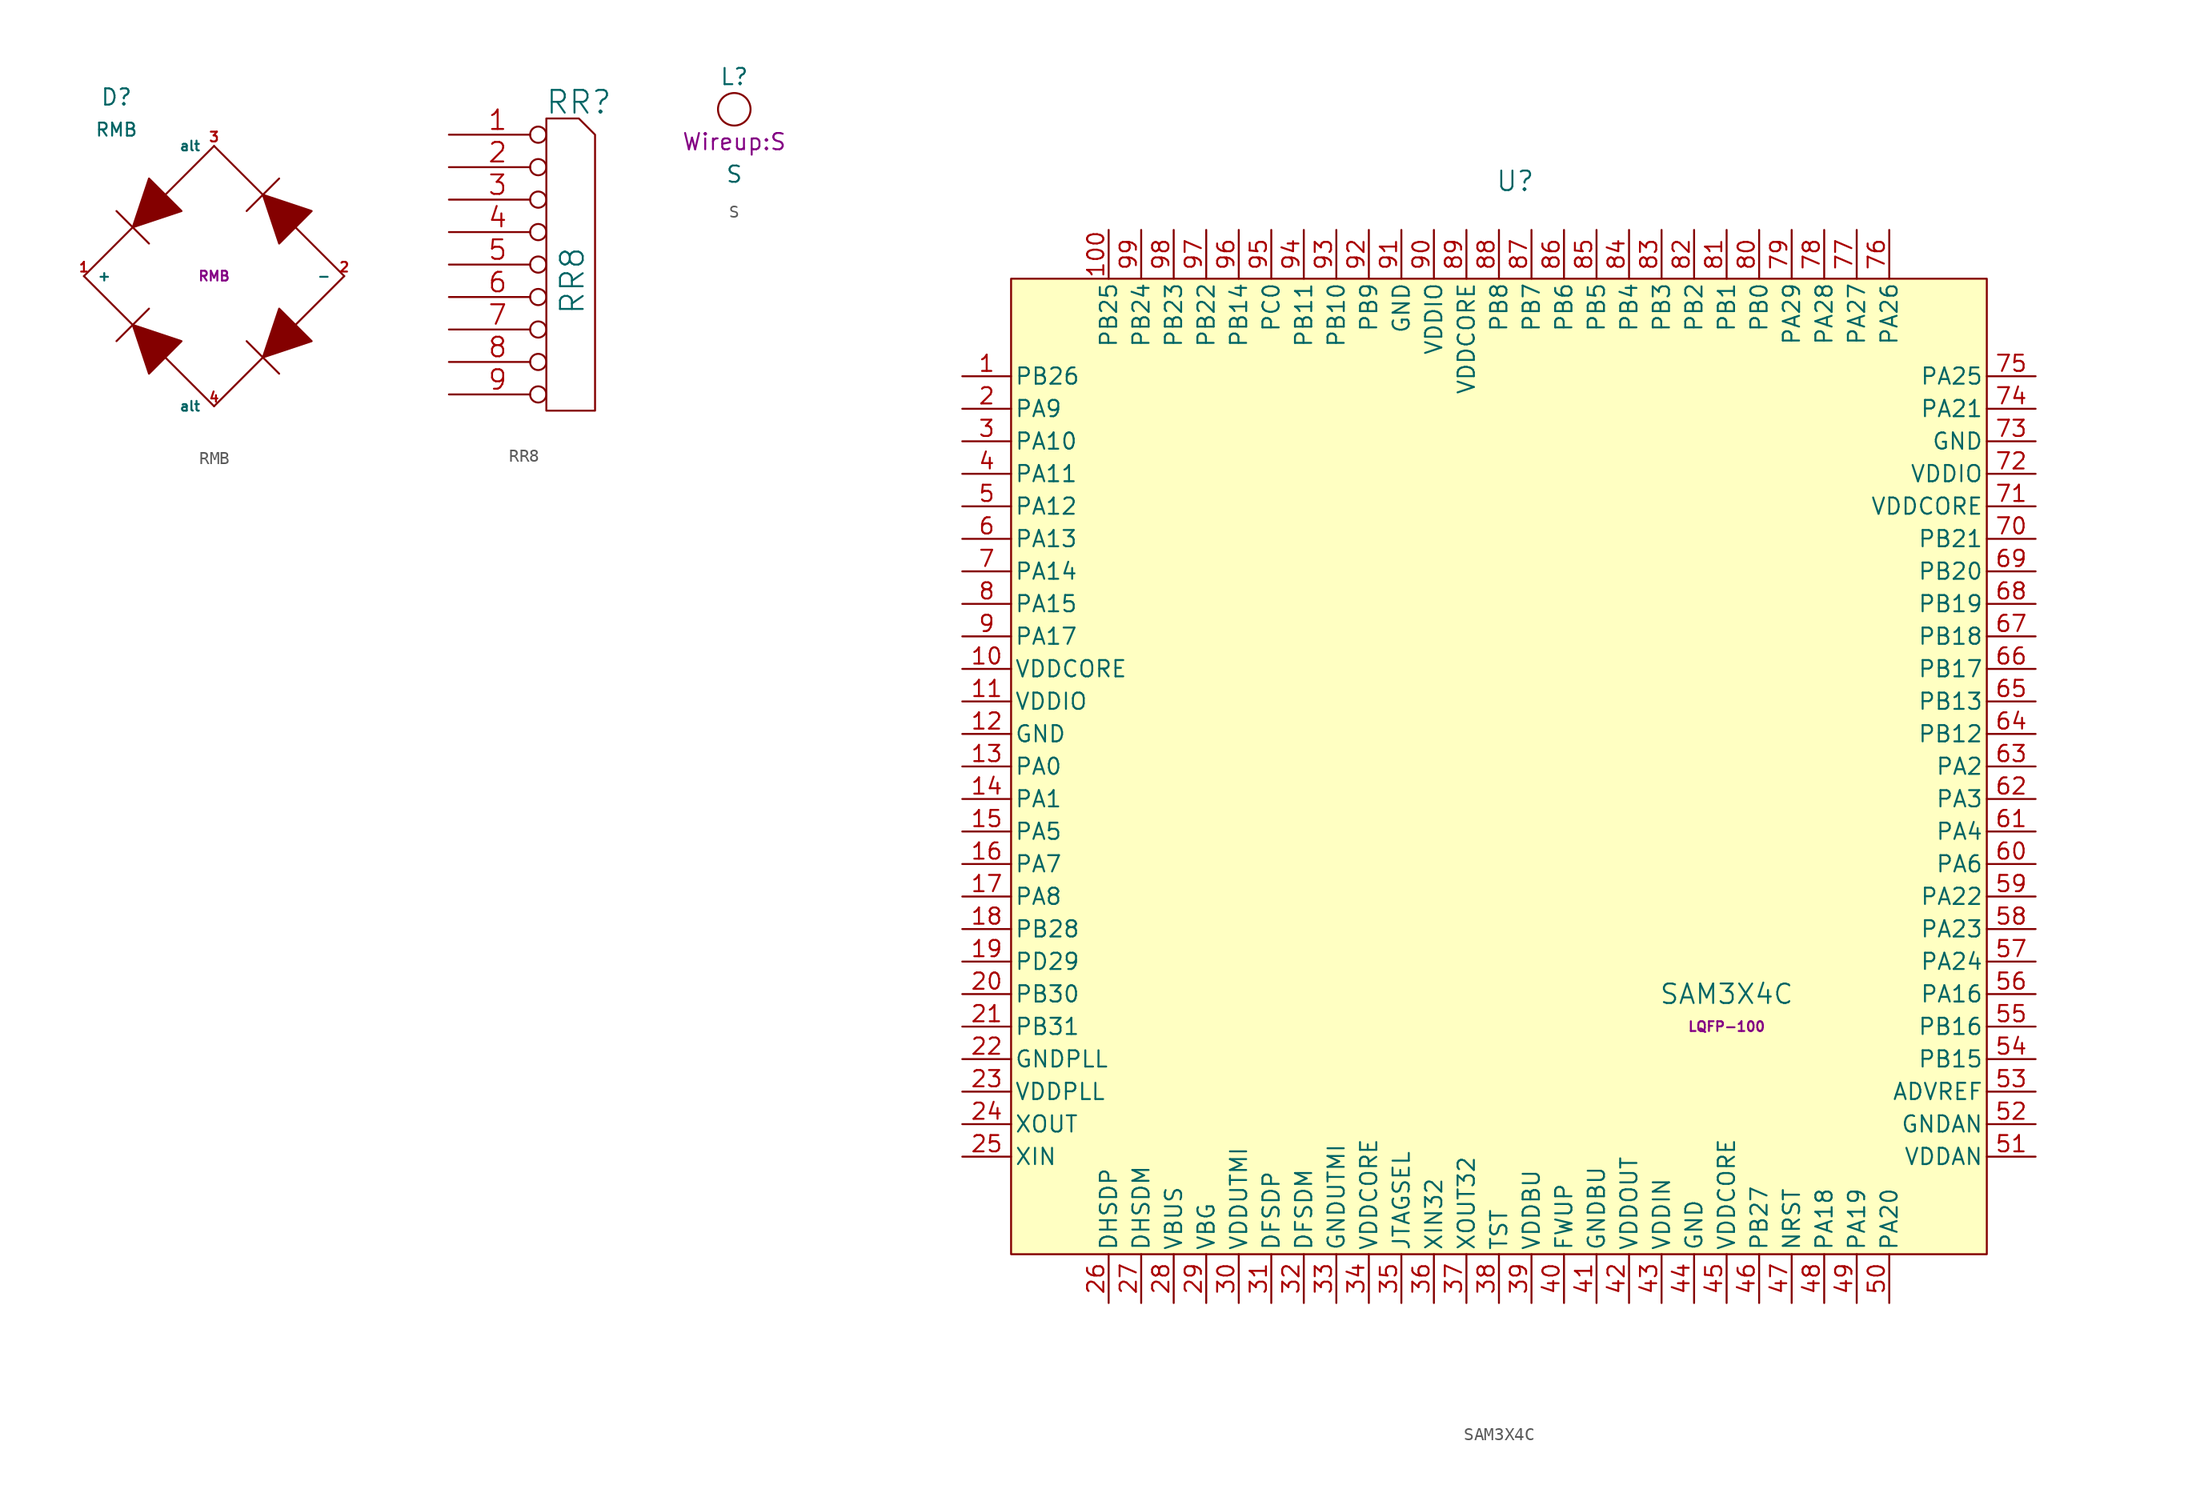
<source format=kicad_sym>
(kicad_symbol_lib
  (version 20220914)
  (generator kicad_symbol_editor)
  (symbol "RMB"
    (pin_names
      (offset 1.016))
    (property "Reference" "D"
      (at -7.62 13.97 0)
      (effects (font (size 1.27 1.27))))
    (property "Value" "RMB"
      (at -7.62 11.43 0)
      (effects (font (size 1.016 1.016))))
    (property "Footprint" "RMB"
      (at 0 0 0)
      (effects (font (size 0.762 0.762))))
    (property "Datasheet" ""
      (at -5.08 7.62 90)
      (effects (font (size 1.524 1.524))))
    (symbol "RMB_0_1"
      (polyline (pts (xy -5.08 -2.54) (xy -7.62 -5.08)) (stroke (width 0) (type default)) (fill (type none)))
      (polyline (pts (xy -5.08 2.54) (xy -7.62 5.08)) (stroke (width 0) (type default)) (fill (type none)))
      (polyline (pts (xy 5.08 -7.62) (xy 2.54 -5.08)) (stroke (width 0) (type default)) (fill (type none)))
      (polyline (pts (xy 5.08 7.62) (xy 2.54 5.08)) (stroke (width 0) (type default)) (fill (type none)))
      (polyline (pts (xy -5.08 -7.62) (xy -2.54 -5.08) (xy -6.35 -3.81) (xy -5.08 -7.62)) (stroke (width 0) (type default)) (fill (type outline)))
      (polyline (pts (xy -2.54 5.08) (xy -5.08 7.62) (xy -6.35 3.81) (xy -2.54 5.08)) (stroke (width 0) (type default)) (fill (type outline)))
      (polyline (pts (xy 5.08 -2.54) (xy 7.62 -5.08) (xy 3.81 -6.35) (xy 5.08 -2.54)) (stroke (width 0) (type default)) (fill (type outline)))
      (polyline (pts (xy 7.62 5.08) (xy 5.08 2.54) (xy 3.81 6.35) (xy 7.62 5.08)) (stroke (width 0) (type default)) (fill (type outline)))
      (polyline (pts (xy 0 -10.16) (xy -10.16 0) (xy 0 10.16) (xy 10.16 0) (xy 0 -10.16)) (stroke (width 0) (type default)) (fill (type none))))
    (symbol "RMB_1_1"
      (pin passive line (at -10.16 0 0) (length 0) (name "+" (effects (font (size 0.762 0.762)))) (number "1" (effects (font (size 0.762 0.762)))))
      (pin passive line (at 10.16 0 180) (length 0) (name "-" (effects (font (size 0.762 0.762)))) (number "2" (effects (font (size 0.762 0.762)))))
      (pin passive line (at 0 10.16 180) (length 0) (name "alt" (effects (font (size 0.762 0.762)))) (number "3" (effects (font (size 0.762 0.762)))))
      (pin passive line (at 0 -10.16 180) (length 0) (name "alt" (effects (font (size 0.762 0.762)))) (number "4" (effects (font (size 0.762 0.762)))))))
  (symbol "RR8"
    (pin_names
      (offset 1.016) hide)
    (property "Reference" "RR"
      (at 1.27 13.97 0)
      (effects (font (size 1.778 1.778))))
    (property "Value" "RR8"
      (at 0.762 0 90)
      (effects (font (size 1.778 1.778))))
    (property "Footprint" ""
      (at 0 0 0)
      (effects (font (size 1.524 1.524))))
    (property "Datasheet" ""
      (at 0 0 0)
      (effects (font (size 1.524 1.524))))
    (symbol "RR8_0_1"
      (polyline (pts (xy -1.27 -10.16) (xy -1.27 12.7) (xy 1.27 12.7) (xy 2.54 11.43) (xy 2.54 -10.16) (xy -1.27 -10.16)) (stroke (width 0) (type default)) (fill (type none))))
    (symbol "RR8_1_1"
      (pin passive inverted (at -8.89 11.43 0) (length 7.62) (name "COM" (effects (font (size 1.524 1.524)))) (number "1" (effects (font (size 1.524 1.524)))))
      (pin passive inverted (at -8.89 8.89 0) (length 7.62) (name "2" (effects (font (size 1.524 1.524)))) (number "2" (effects (font (size 1.524 1.524)))))
      (pin passive inverted (at -8.89 6.35 0) (length 7.62) (name "3" (effects (font (size 1.524 1.524)))) (number "3" (effects (font (size 1.524 1.524)))))
      (pin passive inverted (at -8.89 3.81 0) (length 7.62) (name "4" (effects (font (size 1.524 1.524)))) (number "4" (effects (font (size 1.524 1.524)))))
      (pin passive inverted (at -8.89 1.27 0) (length 7.62) (name "5" (effects (font (size 1.524 1.524)))) (number "5" (effects (font (size 1.524 1.524)))))
      (pin passive inverted (at -8.89 -1.27 0) (length 7.62) (name "6" (effects (font (size 1.524 1.524)))) (number "6" (effects (font (size 1.524 1.524)))))
      (pin passive inverted (at -8.89 -3.81 0) (length 7.62) (name "7" (effects (font (size 1.524 1.524)))) (number "7" (effects (font (size 1.524 1.524)))))
      (pin passive inverted (at -8.89 -6.35 0) (length 7.62) (name "8" (effects (font (size 1.524 1.524)))) (number "8" (effects (font (size 1.524 1.524)))))
      (pin passive inverted (at -8.89 -8.89 0) (length 7.62) (name "9" (effects (font (size 1.524 1.524)))) (number "9" (effects (font (size 1.524 1.524)))))))
  (symbol "S"
    (property "Reference" "L"
      (at 0 2.54 0)
      (effects (font (size 1.27 1.27))))
    (property "Value" "S"
      (at 0 -5.08 0)
      (effects (font (size 1.27 1.27))))
    (property "Footprint" "Wireup:S"
      (at 0 -2.54 0)
      (effects (font (size 1.27 1.27))))
    (symbol "S_0_1"
      (circle (center 0 0) (radius 1.27) (stroke (width 0) (type default)) (fill (type none)))))
  (symbol "SAM3X4C"
    (pin_names
      (offset 0.254))
    (property "Reference" "U"
      (at 1.27 45.72 0)
      (effects (font (size 1.524 1.524))))
    (property "Value" "SAM3X4C"
      (at 17.78 -17.78 0)
      (effects (font (size 1.524 1.524))))
    (property "Footprint" "LQFP-100"
      (at 17.78 -20.32 0)
      (effects (font (size 0.762 0.762))))
    (property "Datasheet" ""
      (at 0 0 0)
      (effects (font (size 1.524 1.524))))
    (symbol "SAM3X4C_0_1"
      (rectangle (start -38.1 38.1) (end 38.1 -38.1) (stroke (width 0) (type default)) (fill (type background))))
    (symbol "SAM3X4C_1_1"
      (pin input line (at -41.91 30.48 0) (length 3.81) (name "PB26" (effects (font (size 1.27 1.27)))) (number "1" (effects (font (size 1.27 1.27)))))
      (pin input line (at -41.91 7.62 0) (length 3.81) (name "VDDCORE" (effects (font (size 1.27 1.27)))) (number "10" (effects (font (size 1.27 1.27)))))
      (pin input line (at -30.48 41.91 270) (length 3.81) (name "PB25" (effects (font (size 1.27 1.27)))) (number "100" (effects (font (size 1.27 1.27)))))
      (pin input line (at -41.91 5.08 0) (length 3.81) (name "VDDIO" (effects (font (size 1.27 1.27)))) (number "11" (effects (font (size 1.27 1.27)))))
      (pin input line (at -41.91 2.54 0) (length 3.81) (name "GND" (effects (font (size 1.27 1.27)))) (number "12" (effects (font (size 1.27 1.27)))))
      (pin input line (at -41.91 0 0) (length 3.81) (name "PA0" (effects (font (size 1.27 1.27)))) (number "13" (effects (font (size 1.27 1.27)))))
      (pin input line (at -41.91 -2.54 0) (length 3.81) (name "PA1" (effects (font (size 1.27 1.27)))) (number "14" (effects (font (size 1.27 1.27)))))
      (pin input line (at -41.91 -5.08 0) (length 3.81) (name "PA5" (effects (font (size 1.27 1.27)))) (number "15" (effects (font (size 1.27 1.27)))))
      (pin input line (at -41.91 -7.62 0) (length 3.81) (name "PA7" (effects (font (size 1.27 1.27)))) (number "16" (effects (font (size 1.27 1.27)))))
      (pin input line (at -41.91 -10.16 0) (length 3.81) (name "PA8" (effects (font (size 1.27 1.27)))) (number "17" (effects (font (size 1.27 1.27)))))
      (pin input line (at -41.91 -12.7 0) (length 3.81) (name "PB28" (effects (font (size 1.27 1.27)))) (number "18" (effects (font (size 1.27 1.27)))))
      (pin input line (at -41.91 -15.24 0) (length 3.81) (name "PD29" (effects (font (size 1.27 1.27)))) (number "19" (effects (font (size 1.27 1.27)))))
      (pin input line (at -41.91 27.94 0) (length 3.81) (name "PA9" (effects (font (size 1.27 1.27)))) (number "2" (effects (font (size 1.27 1.27)))))
      (pin input line (at -41.91 -17.78 0) (length 3.81) (name "PB30" (effects (font (size 1.27 1.27)))) (number "20" (effects (font (size 1.27 1.27)))))
      (pin input line (at -41.91 -20.32 0) (length 3.81) (name "PB31" (effects (font (size 1.27 1.27)))) (number "21" (effects (font (size 1.27 1.27)))))
      (pin input line (at -41.91 -22.86 0) (length 3.81) (name "GNDPLL" (effects (font (size 1.27 1.27)))) (number "22" (effects (font (size 1.27 1.27)))))
      (pin input line (at -41.91 -25.4 0) (length 3.81) (name "VDDPLL" (effects (font (size 1.27 1.27)))) (number "23" (effects (font (size 1.27 1.27)))))
      (pin input line (at -41.91 -27.94 0) (length 3.81) (name "XOUT" (effects (font (size 1.27 1.27)))) (number "24" (effects (font (size 1.27 1.27)))))
      (pin input line (at -41.91 -30.48 0) (length 3.81) (name "XIN" (effects (font (size 1.27 1.27)))) (number "25" (effects (font (size 1.27 1.27)))))
      (pin input line (at -30.48 -41.91 90) (length 3.81) (name "DHSDP" (effects (font (size 1.27 1.27)))) (number "26" (effects (font (size 1.27 1.27)))))
      (pin input line (at -27.94 -41.91 90) (length 3.81) (name "DHSDM" (effects (font (size 1.27 1.27)))) (number "27" (effects (font (size 1.27 1.27)))))
      (pin input line (at -25.4 -41.91 90) (length 3.81) (name "VBUS" (effects (font (size 1.27 1.27)))) (number "28" (effects (font (size 1.27 1.27)))))
      (pin input line (at -22.86 -41.91 90) (length 3.81) (name "VBG" (effects (font (size 1.27 1.27)))) (number "29" (effects (font (size 1.27 1.27)))))
      (pin input line (at -41.91 25.4 0) (length 3.81) (name "PA10" (effects (font (size 1.27 1.27)))) (number "3" (effects (font (size 1.27 1.27)))))
      (pin input line (at -20.32 -41.91 90) (length 3.81) (name "VDDUTMI" (effects (font (size 1.27 1.27)))) (number "30" (effects (font (size 1.27 1.27)))))
      (pin input line (at -17.78 -41.91 90) (length 3.81) (name "DFSDP" (effects (font (size 1.27 1.27)))) (number "31" (effects (font (size 1.27 1.27)))))
      (pin input line (at -15.24 -41.91 90) (length 3.81) (name "DFSDM" (effects (font (size 1.27 1.27)))) (number "32" (effects (font (size 1.27 1.27)))))
      (pin input line (at -12.7 -41.91 90) (length 3.81) (name "GNDUTMI" (effects (font (size 1.27 1.27)))) (number "33" (effects (font (size 1.27 1.27)))))
      (pin input line (at -10.16 -41.91 90) (length 3.81) (name "VDDCORE" (effects (font (size 1.27 1.27)))) (number "34" (effects (font (size 1.27 1.27)))))
      (pin input line (at -7.62 -41.91 90) (length 3.81) (name "JTAGSEL" (effects (font (size 1.27 1.27)))) (number "35" (effects (font (size 1.27 1.27)))))
      (pin input line (at -5.08 -41.91 90) (length 3.81) (name "XIN32" (effects (font (size 1.27 1.27)))) (number "36" (effects (font (size 1.27 1.27)))))
      (pin input line (at -2.54 -41.91 90) (length 3.81) (name "XOUT32" (effects (font (size 1.27 1.27)))) (number "37" (effects (font (size 1.27 1.27)))))
      (pin input line (at 0 -41.91 90) (length 3.81) (name "TST" (effects (font (size 1.27 1.27)))) (number "38" (effects (font (size 1.27 1.27)))))
      (pin input line (at 2.54 -41.91 90) (length 3.81) (name "VDDBU" (effects (font (size 1.27 1.27)))) (number "39" (effects (font (size 1.27 1.27)))))
      (pin input line (at -41.91 22.86 0) (length 3.81) (name "PA11" (effects (font (size 1.27 1.27)))) (number "4" (effects (font (size 1.27 1.27)))))
      (pin input line (at 5.08 -41.91 90) (length 3.81) (name "FWUP" (effects (font (size 1.27 1.27)))) (number "40" (effects (font (size 1.27 1.27)))))
      (pin input line (at 7.62 -41.91 90) (length 3.81) (name "GNDBU" (effects (font (size 1.27 1.27)))) (number "41" (effects (font (size 1.27 1.27)))))
      (pin input line (at 10.16 -41.91 90) (length 3.81) (name "VDDOUT" (effects (font (size 1.27 1.27)))) (number "42" (effects (font (size 1.27 1.27)))))
      (pin input line (at 12.7 -41.91 90) (length 3.81) (name "VDDIN" (effects (font (size 1.27 1.27)))) (number "43" (effects (font (size 1.27 1.27)))))
      (pin input line (at 15.24 -41.91 90) (length 3.81) (name "GND" (effects (font (size 1.27 1.27)))) (number "44" (effects (font (size 1.27 1.27)))))
      (pin input line (at 17.78 -41.91 90) (length 3.81) (name "VDDCORE" (effects (font (size 1.27 1.27)))) (number "45" (effects (font (size 1.27 1.27)))))
      (pin input line (at 20.32 -41.91 90) (length 3.81) (name "PB27" (effects (font (size 1.27 1.27)))) (number "46" (effects (font (size 1.27 1.27)))))
      (pin input line (at 22.86 -41.91 90) (length 3.81) (name "NRST" (effects (font (size 1.27 1.27)))) (number "47" (effects (font (size 1.27 1.27)))))
      (pin input line (at 25.4 -41.91 90) (length 3.81) (name "PA18" (effects (font (size 1.27 1.27)))) (number "48" (effects (font (size 1.27 1.27)))))
      (pin input line (at 27.94 -41.91 90) (length 3.81) (name "PA19" (effects (font (size 1.27 1.27)))) (number "49" (effects (font (size 1.27 1.27)))))
      (pin input line (at -41.91 20.32 0) (length 3.81) (name "PA12" (effects (font (size 1.27 1.27)))) (number "5" (effects (font (size 1.27 1.27)))))
      (pin input line (at 30.48 -41.91 90) (length 3.81) (name "PA20" (effects (font (size 1.27 1.27)))) (number "50" (effects (font (size 1.27 1.27)))))
      (pin input line (at 41.91 -30.48 180) (length 3.81) (name "VDDAN" (effects (font (size 1.27 1.27)))) (number "51" (effects (font (size 1.27 1.27)))))
      (pin input line (at 41.91 -27.94 180) (length 3.81) (name "GNDAN" (effects (font (size 1.27 1.27)))) (number "52" (effects (font (size 1.27 1.27)))))
      (pin input line (at 41.91 -25.4 180) (length 3.81) (name "ADVREF" (effects (font (size 1.27 1.27)))) (number "53" (effects (font (size 1.27 1.27)))))
      (pin input line (at 41.91 -22.86 180) (length 3.81) (name "PB15" (effects (font (size 1.27 1.27)))) (number "54" (effects (font (size 1.27 1.27)))))
      (pin input line (at 41.91 -20.32 180) (length 3.81) (name "PB16" (effects (font (size 1.27 1.27)))) (number "55" (effects (font (size 1.27 1.27)))))
      (pin input line (at 41.91 -17.78 180) (length 3.81) (name "PA16" (effects (font (size 1.27 1.27)))) (number "56" (effects (font (size 1.27 1.27)))))
      (pin input line (at 41.91 -15.24 180) (length 3.81) (name "PA24" (effects (font (size 1.27 1.27)))) (number "57" (effects (font (size 1.27 1.27)))))
      (pin input line (at 41.91 -12.7 180) (length 3.81) (name "PA23" (effects (font (size 1.27 1.27)))) (number "58" (effects (font (size 1.27 1.27)))))
      (pin input line (at 41.91 -10.16 180) (length 3.81) (name "PA22" (effects (font (size 1.27 1.27)))) (number "59" (effects (font (size 1.27 1.27)))))
      (pin input line (at -41.91 17.78 0) (length 3.81) (name "PA13" (effects (font (size 1.27 1.27)))) (number "6" (effects (font (size 1.27 1.27)))))
      (pin input line (at 41.91 -7.62 180) (length 3.81) (name "PA6" (effects (font (size 1.27 1.27)))) (number "60" (effects (font (size 1.27 1.27)))))
      (pin input line (at 41.91 -5.08 180) (length 3.81) (name "PA4" (effects (font (size 1.27 1.27)))) (number "61" (effects (font (size 1.27 1.27)))))
      (pin input line (at 41.91 -2.54 180) (length 3.81) (name "PA3" (effects (font (size 1.27 1.27)))) (number "62" (effects (font (size 1.27 1.27)))))
      (pin input line (at 41.91 0 180) (length 3.81) (name "PA2" (effects (font (size 1.27 1.27)))) (number "63" (effects (font (size 1.27 1.27)))))
      (pin input line (at 41.91 2.54 180) (length 3.81) (name "PB12" (effects (font (size 1.27 1.27)))) (number "64" (effects (font (size 1.27 1.27)))))
      (pin input line (at 41.91 5.08 180) (length 3.81) (name "PB13" (effects (font (size 1.27 1.27)))) (number "65" (effects (font (size 1.27 1.27)))))
      (pin input line (at 41.91 7.62 180) (length 3.81) (name "PB17" (effects (font (size 1.27 1.27)))) (number "66" (effects (font (size 1.27 1.27)))))
      (pin input line (at 41.91 10.16 180) (length 3.81) (name "PB18" (effects (font (size 1.27 1.27)))) (number "67" (effects (font (size 1.27 1.27)))))
      (pin input line (at 41.91 12.7 180) (length 3.81) (name "PB19" (effects (font (size 1.27 1.27)))) (number "68" (effects (font (size 1.27 1.27)))))
      (pin input line (at 41.91 15.24 180) (length 3.81) (name "PB20" (effects (font (size 1.27 1.27)))) (number "69" (effects (font (size 1.27 1.27)))))
      (pin input line (at -41.91 15.24 0) (length 3.81) (name "PA14" (effects (font (size 1.27 1.27)))) (number "7" (effects (font (size 1.27 1.27)))))
      (pin input line (at 41.91 17.78 180) (length 3.81) (name "PB21" (effects (font (size 1.27 1.27)))) (number "70" (effects (font (size 1.27 1.27)))))
      (pin input line (at 41.91 20.32 180) (length 3.81) (name "VDDCORE" (effects (font (size 1.27 1.27)))) (number "71" (effects (font (size 1.27 1.27)))))
      (pin input line (at 41.91 22.86 180) (length 3.81) (name "VDDIO" (effects (font (size 1.27 1.27)))) (number "72" (effects (font (size 1.27 1.27)))))
      (pin input line (at 41.91 25.4 180) (length 3.81) (name "GND" (effects (font (size 1.27 1.27)))) (number "73" (effects (font (size 1.27 1.27)))))
      (pin input line (at 41.91 27.94 180) (length 3.81) (name "PA21" (effects (font (size 1.27 1.27)))) (number "74" (effects (font (size 1.27 1.27)))))
      (pin input line (at 41.91 30.48 180) (length 3.81) (name "PA25" (effects (font (size 1.27 1.27)))) (number "75" (effects (font (size 1.27 1.27)))))
      (pin input line (at 30.48 41.91 270) (length 3.81) (name "PA26" (effects (font (size 1.27 1.27)))) (number "76" (effects (font (size 1.27 1.27)))))
      (pin input line (at 27.94 41.91 270) (length 3.81) (name "PA27" (effects (font (size 1.27 1.27)))) (number "77" (effects (font (size 1.27 1.27)))))
      (pin input line (at 25.4 41.91 270) (length 3.81) (name "PA28" (effects (font (size 1.27 1.27)))) (number "78" (effects (font (size 1.27 1.27)))))
      (pin input line (at 22.86 41.91 270) (length 3.81) (name "PA29" (effects (font (size 1.27 1.27)))) (number "79" (effects (font (size 1.27 1.27)))))
      (pin input line (at -41.91 12.7 0) (length 3.81) (name "PA15" (effects (font (size 1.27 1.27)))) (number "8" (effects (font (size 1.27 1.27)))))
      (pin input line (at 20.32 41.91 270) (length 3.81) (name "PB0" (effects (font (size 1.27 1.27)))) (number "80" (effects (font (size 1.27 1.27)))))
      (pin input line (at 17.78 41.91 270) (length 3.81) (name "PB1" (effects (font (size 1.27 1.27)))) (number "81" (effects (font (size 1.27 1.27)))))
      (pin input line (at 15.24 41.91 270) (length 3.81) (name "PB2" (effects (font (size 1.27 1.27)))) (number "82" (effects (font (size 1.27 1.27)))))
      (pin input line (at 12.7 41.91 270) (length 3.81) (name "PB3" (effects (font (size 1.27 1.27)))) (number "83" (effects (font (size 1.27 1.27)))))
      (pin input line (at 10.16 41.91 270) (length 3.81) (name "PB4" (effects (font (size 1.27 1.27)))) (number "84" (effects (font (size 1.27 1.27)))))
      (pin input line (at 7.62 41.91 270) (length 3.81) (name "PB5" (effects (font (size 1.27 1.27)))) (number "85" (effects (font (size 1.27 1.27)))))
      (pin input line (at 5.08 41.91 270) (length 3.81) (name "PB6" (effects (font (size 1.27 1.27)))) (number "86" (effects (font (size 1.27 1.27)))))
      (pin input line (at 2.54 41.91 270) (length 3.81) (name "PB7" (effects (font (size 1.27 1.27)))) (number "87" (effects (font (size 1.27 1.27)))))
      (pin input line (at 0 41.91 270) (length 3.81) (name "PB8" (effects (font (size 1.27 1.27)))) (number "88" (effects (font (size 1.27 1.27)))))
      (pin input line (at -2.54 41.91 270) (length 3.81) (name "VDDCORE" (effects (font (size 1.27 1.27)))) (number "89" (effects (font (size 1.27 1.27)))))
      (pin input line (at -41.91 10.16 0) (length 3.81) (name "PA17" (effects (font (size 1.27 1.27)))) (number "9" (effects (font (size 1.27 1.27)))))
      (pin input line (at -5.08 41.91 270) (length 3.81) (name "VDDIO" (effects (font (size 1.27 1.27)))) (number "90" (effects (font (size 1.27 1.27)))))
      (pin input line (at -7.62 41.91 270) (length 3.81) (name "GND" (effects (font (size 1.27 1.27)))) (number "91" (effects (font (size 1.27 1.27)))))
      (pin input line (at -10.16 41.91 270) (length 3.81) (name "PB9" (effects (font (size 1.27 1.27)))) (number "92" (effects (font (size 1.27 1.27)))))
      (pin input line (at -12.7 41.91 270) (length 3.81) (name "PB10" (effects (font (size 1.27 1.27)))) (number "93" (effects (font (size 1.27 1.27)))))
      (pin input line (at -15.24 41.91 270) (length 3.81) (name "PB11" (effects (font (size 1.27 1.27)))) (number "94" (effects (font (size 1.27 1.27)))))
      (pin input line (at -17.78 41.91 270) (length 3.81) (name "PC0" (effects (font (size 1.27 1.27)))) (number "95" (effects (font (size 1.27 1.27)))))
      (pin input line (at -20.32 41.91 270) (length 3.81) (name "PB14" (effects (font (size 1.27 1.27)))) (number "96" (effects (font (size 1.27 1.27)))))
      (pin input line (at -22.86 41.91 270) (length 3.81) (name "PB22" (effects (font (size 1.27 1.27)))) (number "97" (effects (font (size 1.27 1.27)))))
      (pin input line (at -25.4 41.91 270) (length 3.81) (name "PB23" (effects (font (size 1.27 1.27)))) (number "98" (effects (font (size 1.27 1.27)))))
      (pin input line (at -27.94 41.91 270) (length 3.81) (name "PB24" (effects (font (size 1.27 1.27)))) (number "99" (effects (font (size 1.27 1.27))))))))
</source>
